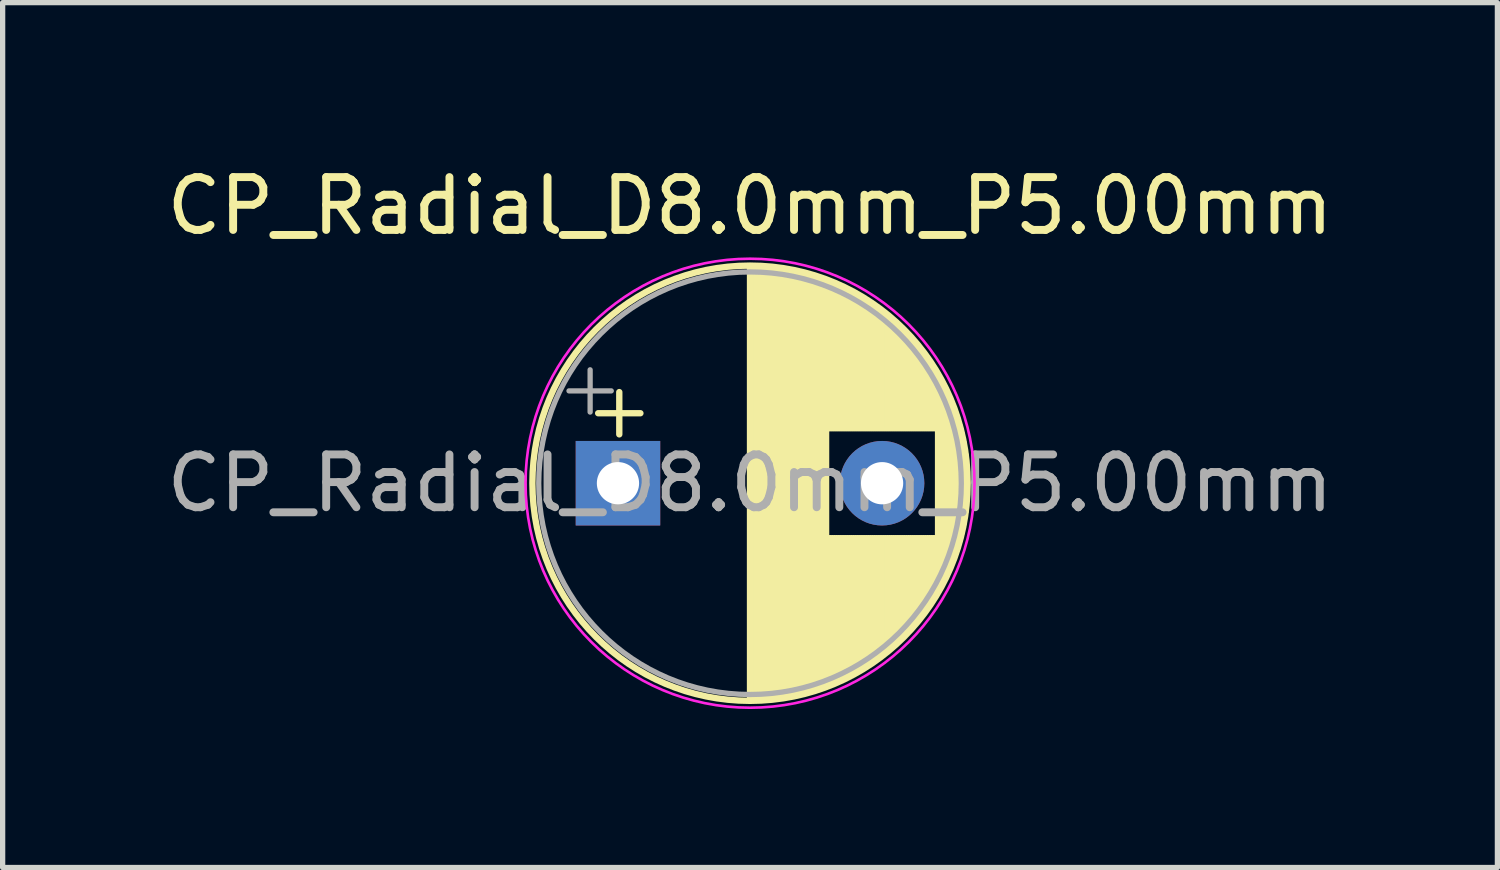
<source format=kicad_pcb>
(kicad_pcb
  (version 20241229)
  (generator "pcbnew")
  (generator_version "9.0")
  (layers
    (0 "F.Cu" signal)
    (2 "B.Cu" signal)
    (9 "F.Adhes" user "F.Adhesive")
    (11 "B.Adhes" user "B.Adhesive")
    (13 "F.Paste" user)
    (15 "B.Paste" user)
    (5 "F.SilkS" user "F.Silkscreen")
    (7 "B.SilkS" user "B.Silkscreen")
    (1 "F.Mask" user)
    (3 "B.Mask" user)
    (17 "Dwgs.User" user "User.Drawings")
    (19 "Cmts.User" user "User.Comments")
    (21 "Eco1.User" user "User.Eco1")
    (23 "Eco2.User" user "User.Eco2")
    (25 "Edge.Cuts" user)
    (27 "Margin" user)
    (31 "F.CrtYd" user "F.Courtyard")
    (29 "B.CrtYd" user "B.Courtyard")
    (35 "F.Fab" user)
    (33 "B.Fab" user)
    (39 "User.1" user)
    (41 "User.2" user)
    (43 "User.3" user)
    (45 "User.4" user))
  (footprint "CP_Radial_D8.0mm_P5.00mm"
    (layer "F.Cu")
    (at 8.649 6.098)
    (property "Reference" "CP_Radial_D8.0mm_P5.00mm" (at 2.5 -5.25 0) (layer "F.SilkS") (effects (font (size 1 1) (thickness 0.15))))
    (attr through_hole)
    (fp_line (start -0.375 -1.325) (end 0.425 -1.325) (stroke (width 0.12) (type solid)) (layer "F.SilkS"))
    (fp_line (start 0.025 -1.725) (end 0.025 -0.925) (stroke (width 0.12) (type solid)) (layer "F.SilkS"))
    (fp_line (start 2.5 -4.08) (end 2.5 4.08) (stroke (width 0.12) (type solid)) (layer "F.SilkS"))
    (fp_line (start 2.54 -4.08) (end 2.54 4.08) (stroke (width 0.12) (type solid)) (layer "F.SilkS"))
    (fp_line (start 2.58 -4.079) (end 2.58 4.079) (stroke (width 0.12) (type solid)) (layer "F.SilkS"))
    (fp_line (start 2.62 -4.078) (end 2.62 4.078) (stroke (width 0.12) (type solid)) (layer "F.SilkS"))
    (fp_line (start 2.66 -4.077) (end 2.66 4.077) (stroke (width 0.12) (type solid)) (layer "F.SilkS"))
    (fp_line (start 2.7 -4.075) (end 2.7 4.075) (stroke (width 0.12) (type solid)) (layer "F.SilkS"))
    (fp_line (start 2.74 -4.073) (end 2.74 4.073) (stroke (width 0.12) (type solid)) (layer "F.SilkS"))
    (fp_line (start 2.78 -4.07) (end 2.78 4.07) (stroke (width 0.12) (type solid)) (layer "F.SilkS"))
    (fp_line (start 2.82 -4.068) (end 2.82 4.068) (stroke (width 0.12) (type solid)) (layer "F.SilkS"))
    (fp_line (start 2.86 -4.064) (end 2.86 4.064) (stroke (width 0.12) (type solid)) (layer "F.SilkS"))
    (fp_line (start 2.9 -4.061) (end 2.9 4.061) (stroke (width 0.12) (type solid)) (layer "F.SilkS"))
    (fp_line (start 2.94 -4.056) (end 2.94 4.056) (stroke (width 0.12) (type solid)) (layer "F.SilkS"))
    (fp_line (start 2.98 -4.052) (end 2.98 4.052) (stroke (width 0.12) (type solid)) (layer "F.SilkS"))
    (fp_line (start 3.02 -4.047) (end 3.02 4.047) (stroke (width 0.12) (type solid)) (layer "F.SilkS"))
    (fp_line (start 3.06 -4.042) (end 3.06 4.042) (stroke (width 0.12) (type solid)) (layer "F.SilkS"))
    (fp_line (start 3.1 -4.036) (end 3.1 4.036) (stroke (width 0.12) (type solid)) (layer "F.SilkS"))
    (fp_line (start 3.14 -4.03) (end 3.14 4.03) (stroke (width 0.12) (type solid)) (layer "F.SilkS"))
    (fp_line (start 3.18 -4.023) (end 3.18 4.023) (stroke (width 0.12) (type solid)) (layer "F.SilkS"))
    (fp_line (start 3.22 -4.017) (end 3.22 4.017) (stroke (width 0.12) (type solid)) (layer "F.SilkS"))
    (fp_line (start 3.26 -4.009) (end 3.26 4.009) (stroke (width 0.12) (type solid)) (layer "F.SilkS"))
    (fp_line (start 3.3 -4.002) (end 3.3 4.002) (stroke (width 0.12) (type solid)) (layer "F.SilkS"))
    (fp_line (start 3.34 -3.993) (end 3.34 3.993) (stroke (width 0.12) (type solid)) (layer "F.SilkS"))
    (fp_line (start 3.38 -3.985) (end 3.38 3.985) (stroke (width 0.12) (type solid)) (layer "F.SilkS"))
    (fp_line (start 3.42 -3.976) (end 3.42 3.976) (stroke (width 0.12) (type solid)) (layer "F.SilkS"))
    (fp_line (start 3.46 -3.967) (end 3.46 3.967) (stroke (width 0.12) (type solid)) (layer "F.SilkS"))
    (fp_line (start 3.5 -3.957) (end 3.5 3.957) (stroke (width 0.12) (type solid)) (layer "F.SilkS"))
    (fp_line (start 3.54 -3.947) (end 3.54 3.947) (stroke (width 0.12) (type solid)) (layer "F.SilkS"))
    (fp_line (start 3.58 -3.936) (end 3.58 3.936) (stroke (width 0.12) (type solid)) (layer "F.SilkS"))
    (fp_line (start 3.62 -3.925) (end 3.62 3.925) (stroke (width 0.12) (type solid)) (layer "F.SilkS"))
    (fp_line (start 3.66 -3.913) (end 3.66 3.913) (stroke (width 0.12) (type solid)) (layer "F.SilkS"))
    (fp_line (start 3.7 -3.901) (end 3.7 3.901) (stroke (width 0.12) (type solid)) (layer "F.SilkS"))
    (fp_line (start 3.74 -3.889) (end 3.74 3.889) (stroke (width 0.12) (type solid)) (layer "F.SilkS"))
    (fp_line (start 3.78 -3.876) (end 3.78 3.876) (stroke (width 0.12) (type solid)) (layer "F.SilkS"))
    (fp_line (start 3.82 -3.863) (end 3.82 3.863) (stroke (width 0.12) (type solid)) (layer "F.SilkS"))
    (fp_line (start 3.86 -3.849) (end 3.86 3.849) (stroke (width 0.12) (type solid)) (layer "F.SilkS"))
    (fp_line (start 3.9 -3.835) (end 3.9 3.835) (stroke (width 0.12) (type solid)) (layer "F.SilkS"))
    (fp_line (start 3.94 -3.82) (end 3.94 3.82) (stroke (width 0.12) (type solid)) (layer "F.SilkS"))
    (fp_line (start 3.98 -3.805) (end 3.98 -1.04) (stroke (width 0.12) (type solid)) (layer "F.SilkS"))
    (fp_line (start 3.98 1.04) (end 3.98 3.805) (stroke (width 0.12) (type solid)) (layer "F.SilkS"))
    (fp_line (start 4.02 -3.789) (end 4.02 -1.04) (stroke (width 0.12) (type solid)) (layer "F.SilkS"))
    (fp_line (start 4.02 1.04) (end 4.02 3.789) (stroke (width 0.12) (type solid)) (layer "F.SilkS"))
    (fp_line (start 4.06 -3.773) (end 4.06 -1.04) (stroke (width 0.12) (type solid)) (layer "F.SilkS"))
    (fp_line (start 4.06 1.04) (end 4.06 3.773) (stroke (width 0.12) (type solid)) (layer "F.SilkS"))
    (fp_line (start 4.1 -3.757) (end 4.1 -1.04) (stroke (width 0.12) (type solid)) (layer "F.SilkS"))
    (fp_line (start 4.1 1.04) (end 4.1 3.757) (stroke (width 0.12) (type solid)) (layer "F.SilkS"))
    (fp_line (start 4.14 -3.74) (end 4.14 -1.04) (stroke (width 0.12) (type solid)) (layer "F.SilkS"))
    (fp_line (start 4.14 1.04) (end 4.14 3.74) (stroke (width 0.12) (type solid)) (layer "F.SilkS"))
    (fp_line (start 4.18 -3.722) (end 4.18 -1.04) (stroke (width 0.12) (type solid)) (layer "F.SilkS"))
    (fp_line (start 4.18 1.04) (end 4.18 3.722) (stroke (width 0.12) (type solid)) (layer "F.SilkS"))
    (fp_line (start 4.22 -3.704) (end 4.22 -1.04) (stroke (width 0.12) (type solid)) (layer "F.SilkS"))
    (fp_line (start 4.22 1.04) (end 4.22 3.704) (stroke (width 0.12) (type solid)) (layer "F.SilkS"))
    (fp_line (start 4.26 -3.685) (end 4.26 -1.04) (stroke (width 0.12) (type solid)) (layer "F.SilkS"))
    (fp_line (start 4.26 1.04) (end 4.26 3.685) (stroke (width 0.12) (type solid)) (layer "F.SilkS"))
    (fp_line (start 4.3 -3.666) (end 4.3 -1.04) (stroke (width 0.12) (type solid)) (layer "F.SilkS"))
    (fp_line (start 4.3 1.04) (end 4.3 3.666) (stroke (width 0.12) (type solid)) (layer "F.SilkS"))
    (fp_line (start 4.34 -3.646) (end 4.34 -1.04) (stroke (width 0.12) (type solid)) (layer "F.SilkS"))
    (fp_line (start 4.34 1.04) (end 4.34 3.646) (stroke (width 0.12) (type solid)) (layer "F.SilkS"))
    (fp_line (start 4.38 -3.626) (end 4.38 -1.04) (stroke (width 0.12) (type solid)) (layer "F.SilkS"))
    (fp_line (start 4.38 1.04) (end 4.38 3.626) (stroke (width 0.12) (type solid)) (layer "F.SilkS"))
    (fp_line (start 4.42 -3.605) (end 4.42 -1.04) (stroke (width 0.12) (type solid)) (layer "F.SilkS"))
    (fp_line (start 4.42 1.04) (end 4.42 3.605) (stroke (width 0.12) (type solid)) (layer "F.SilkS"))
    (fp_line (start 4.46 -3.584) (end 4.46 -1.04) (stroke (width 0.12) (type solid)) (layer "F.SilkS"))
    (fp_line (start 4.46 1.04) (end 4.46 3.584) (stroke (width 0.12) (type solid)) (layer "F.SilkS"))
    (fp_line (start 4.5 -3.562) (end 4.5 -1.04) (stroke (width 0.12) (type solid)) (layer "F.SilkS"))
    (fp_line (start 4.5 1.04) (end 4.5 3.562) (stroke (width 0.12) (type solid)) (layer "F.SilkS"))
    (fp_line (start 4.54 -3.539) (end 4.54 -1.04) (stroke (width 0.12) (type solid)) (layer "F.SilkS"))
    (fp_line (start 4.54 1.04) (end 4.54 3.539) (stroke (width 0.12) (type solid)) (layer "F.SilkS"))
    (fp_line (start 4.58 -3.516) (end 4.58 -1.04) (stroke (width 0.12) (type solid)) (layer "F.SilkS"))
    (fp_line (start 4.58 1.04) (end 4.58 3.516) (stroke (width 0.12) (type solid)) (layer "F.SilkS"))
    (fp_line (start 4.62 -3.493) (end 4.62 -1.04) (stroke (width 0.12) (type solid)) (layer "F.SilkS"))
    (fp_line (start 4.62 1.04) (end 4.62 3.493) (stroke (width 0.12) (type solid)) (layer "F.SilkS"))
    (fp_line (start 4.66 -3.468) (end 4.66 -1.04) (stroke (width 0.12) (type solid)) (layer "F.SilkS"))
    (fp_line (start 4.66 1.04) (end 4.66 3.468) (stroke (width 0.12) (type solid)) (layer "F.SilkS"))
    (fp_line (start 4.7 -3.443) (end 4.7 -1.04) (stroke (width 0.12) (type solid)) (layer "F.SilkS"))
    (fp_line (start 4.7 1.04) (end 4.7 3.443) (stroke (width 0.12) (type solid)) (layer "F.SilkS"))
    (fp_line (start 4.74 -3.418) (end 4.74 -1.04) (stroke (width 0.12) (type solid)) (layer "F.SilkS"))
    (fp_line (start 4.74 1.04) (end 4.74 3.418) (stroke (width 0.12) (type solid)) (layer "F.SilkS"))
    (fp_line (start 4.78 -3.392) (end 4.78 -1.04) (stroke (width 0.12) (type solid)) (layer "F.SilkS"))
    (fp_line (start 4.78 1.04) (end 4.78 3.392) (stroke (width 0.12) (type solid)) (layer "F.SilkS"))
    (fp_line (start 4.82 -3.365) (end 4.82 -1.04) (stroke (width 0.12) (type solid)) (layer "F.SilkS"))
    (fp_line (start 4.82 1.04) (end 4.82 3.365) (stroke (width 0.12) (type solid)) (layer "F.SilkS"))
    (fp_line (start 4.86 -3.337) (end 4.86 -1.04) (stroke (width 0.12) (type solid)) (layer "F.SilkS"))
    (fp_line (start 4.86 1.04) (end 4.86 3.337) (stroke (width 0.12) (type solid)) (layer "F.SilkS"))
    (fp_line (start 4.9 -3.309) (end 4.9 -1.04) (stroke (width 0.12) (type solid)) (layer "F.SilkS"))
    (fp_line (start 4.9 1.04) (end 4.9 3.309) (stroke (width 0.12) (type solid)) (layer "F.SilkS"))
    (fp_line (start 4.94 -3.28) (end 4.94 -1.04) (stroke (width 0.12) (type solid)) (layer "F.SilkS"))
    (fp_line (start 4.94 1.04) (end 4.94 3.28) (stroke (width 0.12) (type solid)) (layer "F.SilkS"))
    (fp_line (start 4.98 -3.25) (end 4.98 -1.04) (stroke (width 0.12) (type solid)) (layer "F.SilkS"))
    (fp_line (start 4.98 1.04) (end 4.98 3.25) (stroke (width 0.12) (type solid)) (layer "F.SilkS"))
    (fp_line (start 5.02 -3.219) (end 5.02 -1.04) (stroke (width 0.12) (type solid)) (layer "F.SilkS"))
    (fp_line (start 5.02 1.04) (end 5.02 3.219) (stroke (width 0.12) (type solid)) (layer "F.SilkS"))
    (fp_line (start 5.06 -3.188) (end 5.06 -1.04) (stroke (width 0.12) (type solid)) (layer "F.SilkS"))
    (fp_line (start 5.06 1.04) (end 5.06 3.188) (stroke (width 0.12) (type solid)) (layer "F.SilkS"))
    (fp_line (start 5.1 -3.156) (end 5.1 -1.04) (stroke (width 0.12) (type solid)) (layer "F.SilkS"))
    (fp_line (start 5.1 1.04) (end 5.1 3.156) (stroke (width 0.12) (type solid)) (layer "F.SilkS"))
    (fp_line (start 5.14 -3.123) (end 5.14 -1.04) (stroke (width 0.12) (type solid)) (layer "F.SilkS"))
    (fp_line (start 5.14 1.04) (end 5.14 3.123) (stroke (width 0.12) (type solid)) (layer "F.SilkS"))
    (fp_line (start 5.18 -3.089) (end 5.18 -1.04) (stroke (width 0.12) (type solid)) (layer "F.SilkS"))
    (fp_line (start 5.18 1.04) (end 5.18 3.089) (stroke (width 0.12) (type solid)) (layer "F.SilkS"))
    (fp_line (start 5.22 -3.055) (end 5.22 -1.04) (stroke (width 0.12) (type solid)) (layer "F.SilkS"))
    (fp_line (start 5.22 1.04) (end 5.22 3.055) (stroke (width 0.12) (type solid)) (layer "F.SilkS"))
    (fp_line (start 5.26 -3.019) (end 5.26 -1.04) (stroke (width 0.12) (type solid)) (layer "F.SilkS"))
    (fp_line (start 5.26 1.04) (end 5.26 3.019) (stroke (width 0.12) (type solid)) (layer "F.SilkS"))
    (fp_line (start 5.3 -2.982) (end 5.3 -1.04) (stroke (width 0.12) (type solid)) (layer "F.SilkS"))
    (fp_line (start 5.3 1.04) (end 5.3 2.982) (stroke (width 0.12) (type solid)) (layer "F.SilkS"))
    (fp_line (start 5.34 -2.945) (end 5.34 -1.04) (stroke (width 0.12) (type solid)) (layer "F.SilkS"))
    (fp_line (start 5.34 1.04) (end 5.34 2.945) (stroke (width 0.12) (type solid)) (layer "F.SilkS"))
    (fp_line (start 5.38 -2.906) (end 5.38 -1.04) (stroke (width 0.12) (type solid)) (layer "F.SilkS"))
    (fp_line (start 5.38 1.04) (end 5.38 2.906) (stroke (width 0.12) (type solid)) (layer "F.SilkS"))
    (fp_line (start 5.42 -2.867) (end 5.42 -1.04) (stroke (width 0.12) (type solid)) (layer "F.SilkS"))
    (fp_line (start 5.42 1.04) (end 5.42 2.867) (stroke (width 0.12) (type solid)) (layer "F.SilkS"))
    (fp_line (start 5.46 -2.826) (end 5.46 -1.04) (stroke (width 0.12) (type solid)) (layer "F.SilkS"))
    (fp_line (start 5.46 1.04) (end 5.46 2.826) (stroke (width 0.12) (type solid)) (layer "F.SilkS"))
    (fp_line (start 5.5 -2.784) (end 5.5 -1.04) (stroke (width 0.12) (type solid)) (layer "F.SilkS"))
    (fp_line (start 5.5 1.04) (end 5.5 2.784) (stroke (width 0.12) (type solid)) (layer "F.SilkS"))
    (fp_line (start 5.54 -2.741) (end 5.54 -1.04) (stroke (width 0.12) (type solid)) (layer "F.SilkS"))
    (fp_line (start 5.54 1.04) (end 5.54 2.741) (stroke (width 0.12) (type solid)) (layer "F.SilkS"))
    (fp_line (start 5.58 -2.696) (end 5.58 -1.04) (stroke (width 0.12) (type solid)) (layer "F.SilkS"))
    (fp_line (start 5.58 1.04) (end 5.58 2.696) (stroke (width 0.12) (type solid)) (layer "F.SilkS"))
    (fp_line (start 5.62 -2.651) (end 5.62 -1.04) (stroke (width 0.12) (type solid)) (layer "F.SilkS"))
    (fp_line (start 5.62 1.04) (end 5.62 2.651) (stroke (width 0.12) (type solid)) (layer "F.SilkS"))
    (fp_line (start 5.66 -2.604) (end 5.66 -1.04) (stroke (width 0.12) (type solid)) (layer "F.SilkS"))
    (fp_line (start 5.66 1.04) (end 5.66 2.604) (stroke (width 0.12) (type solid)) (layer "F.SilkS"))
    (fp_line (start 5.7 -2.555) (end 5.7 -1.04) (stroke (width 0.12) (type solid)) (layer "F.SilkS"))
    (fp_line (start 5.7 1.04) (end 5.7 2.555) (stroke (width 0.12) (type solid)) (layer "F.SilkS"))
    (fp_line (start 5.74 -2.505) (end 5.74 -1.04) (stroke (width 0.12) (type solid)) (layer "F.SilkS"))
    (fp_line (start 5.74 1.04) (end 5.74 2.505) (stroke (width 0.12) (type solid)) (layer "F.SilkS"))
    (fp_line (start 5.78 -2.453) (end 5.78 -1.04) (stroke (width 0.12) (type solid)) (layer "F.SilkS"))
    (fp_line (start 5.78 1.04) (end 5.78 2.453) (stroke (width 0.12) (type solid)) (layer "F.SilkS"))
    (fp_line (start 5.82 -2.4) (end 5.82 -1.04) (stroke (width 0.12) (type solid)) (layer "F.SilkS"))
    (fp_line (start 5.82 1.04) (end 5.82 2.4) (stroke (width 0.12) (type solid)) (layer "F.SilkS"))
    (fp_line (start 5.86 -2.344) (end 5.86 -1.04) (stroke (width 0.12) (type solid)) (layer "F.SilkS"))
    (fp_line (start 5.86 1.04) (end 5.86 2.344) (stroke (width 0.12) (type solid)) (layer "F.SilkS"))
    (fp_line (start 5.9 -2.287) (end 5.9 -1.04) (stroke (width 0.12) (type solid)) (layer "F.SilkS"))
    (fp_line (start 5.9 1.04) (end 5.9 2.287) (stroke (width 0.12) (type solid)) (layer "F.SilkS"))
    (fp_line (start 5.94 -2.227) (end 5.94 -1.04) (stroke (width 0.12) (type solid)) (layer "F.SilkS"))
    (fp_line (start 5.94 1.04) (end 5.94 2.227) (stroke (width 0.12) (type solid)) (layer "F.SilkS"))
    (fp_line (start 5.98 -2.165) (end 5.98 -1.04) (stroke (width 0.12) (type solid)) (layer "F.SilkS"))
    (fp_line (start 5.98 1.04) (end 5.98 2.165) (stroke (width 0.12) (type solid)) (layer "F.SilkS"))
    (fp_line (start 6.02 -2.101) (end 6.02 -1.04) (stroke (width 0.12) (type solid)) (layer "F.SilkS"))
    (fp_line (start 6.02 1.04) (end 6.02 2.101) (stroke (width 0.12) (type solid)) (layer "F.SilkS"))
    (fp_line (start 6.06 -2.034) (end 6.06 2.034) (stroke (width 0.12) (type solid)) (layer "F.SilkS"))
    (fp_line (start 6.1 -1.964) (end 6.1 1.964) (stroke (width 0.12) (type solid)) (layer "F.SilkS"))
    (fp_line (start 6.14 -1.89) (end 6.14 1.89) (stroke (width 0.12) (type solid)) (layer "F.SilkS"))
    (fp_line (start 6.18 -1.813) (end 6.18 1.813) (stroke (width 0.12) (type solid)) (layer "F.SilkS"))
    (fp_line (start 6.22 -1.731) (end 6.22 1.731) (stroke (width 0.12) (type solid)) (layer "F.SilkS"))
    (fp_line (start 6.26 -1.644) (end 6.26 1.644) (stroke (width 0.12) (type solid)) (layer "F.SilkS"))
    (fp_line (start 6.3 -1.552) (end 6.3 1.552) (stroke (width 0.12) (type solid)) (layer "F.SilkS"))
    (fp_line (start 6.34 -1.453) (end 6.34 1.453) (stroke (width 0.12) (type solid)) (layer "F.SilkS"))
    (fp_line (start 6.38 -1.346) (end 6.38 1.346) (stroke (width 0.12) (type solid)) (layer "F.SilkS"))
    (fp_line (start 6.42 -1.228) (end 6.42 1.228) (stroke (width 0.12) (type solid)) (layer "F.SilkS"))
    (fp_line (start 6.46 -1.097) (end 6.46 1.097) (stroke (width 0.12) (type solid)) (layer "F.SilkS"))
    (fp_line (start 6.5 -0.947) (end 6.5 0.947) (stroke (width 0.12) (type solid)) (layer "F.SilkS"))
    (fp_line (start 6.54 -0.768) (end 6.54 0.768) (stroke (width 0.12) (type solid)) (layer "F.SilkS"))
    (fp_line (start 6.58 -0.533) (end 6.58 0.533) (stroke (width 0.12) (type solid)) (layer "F.SilkS"))
    (fp_circle (center 2.5 0) (end 6.62 0) (stroke (width 0.12) (type solid)) (fill no) (layer "F.SilkS"))
    (fp_circle (center 2.5 0) (end 6.75 0) (stroke (width 0.05) (type solid)) (fill no) (layer "F.CrtYd"))
    (fp_line (start -0.927 -1.748) (end -0.127 -1.748) (stroke (width 0.1) (type solid)) (layer "F.Fab"))
    (fp_line (start -0.527 -2.147) (end -0.527 -1.347) (stroke (width 0.1) (type solid)) (layer "F.Fab"))
    (fp_circle (center 2.5 0) (end 6.5 0) (stroke (width 0.1) (type solid)) (fill no) (layer "F.Fab"))
    (fp_text user "${REFERENCE}" (at 2.5 0 0) (layer "F.Fab") (effects (font (size 1 1) (thickness 0.15))))
    (pad "1" thru_hole rect (at 0 0) (size 1.6 1.6) (drill 0.8) (layers "*.Cu" "*.Mask"))
    (pad "2" thru_hole circle (at 5 0) (size 1.6 1.6) (drill 0.8) (layers "*.Cu" "*.Mask")))
  (gr_rect
    (start -3 -3)
    (end 25.298 13.373)
    (stroke (width 0.1) (type default))
    (fill no)
    (layer "Edge.Cuts")))
</source>
